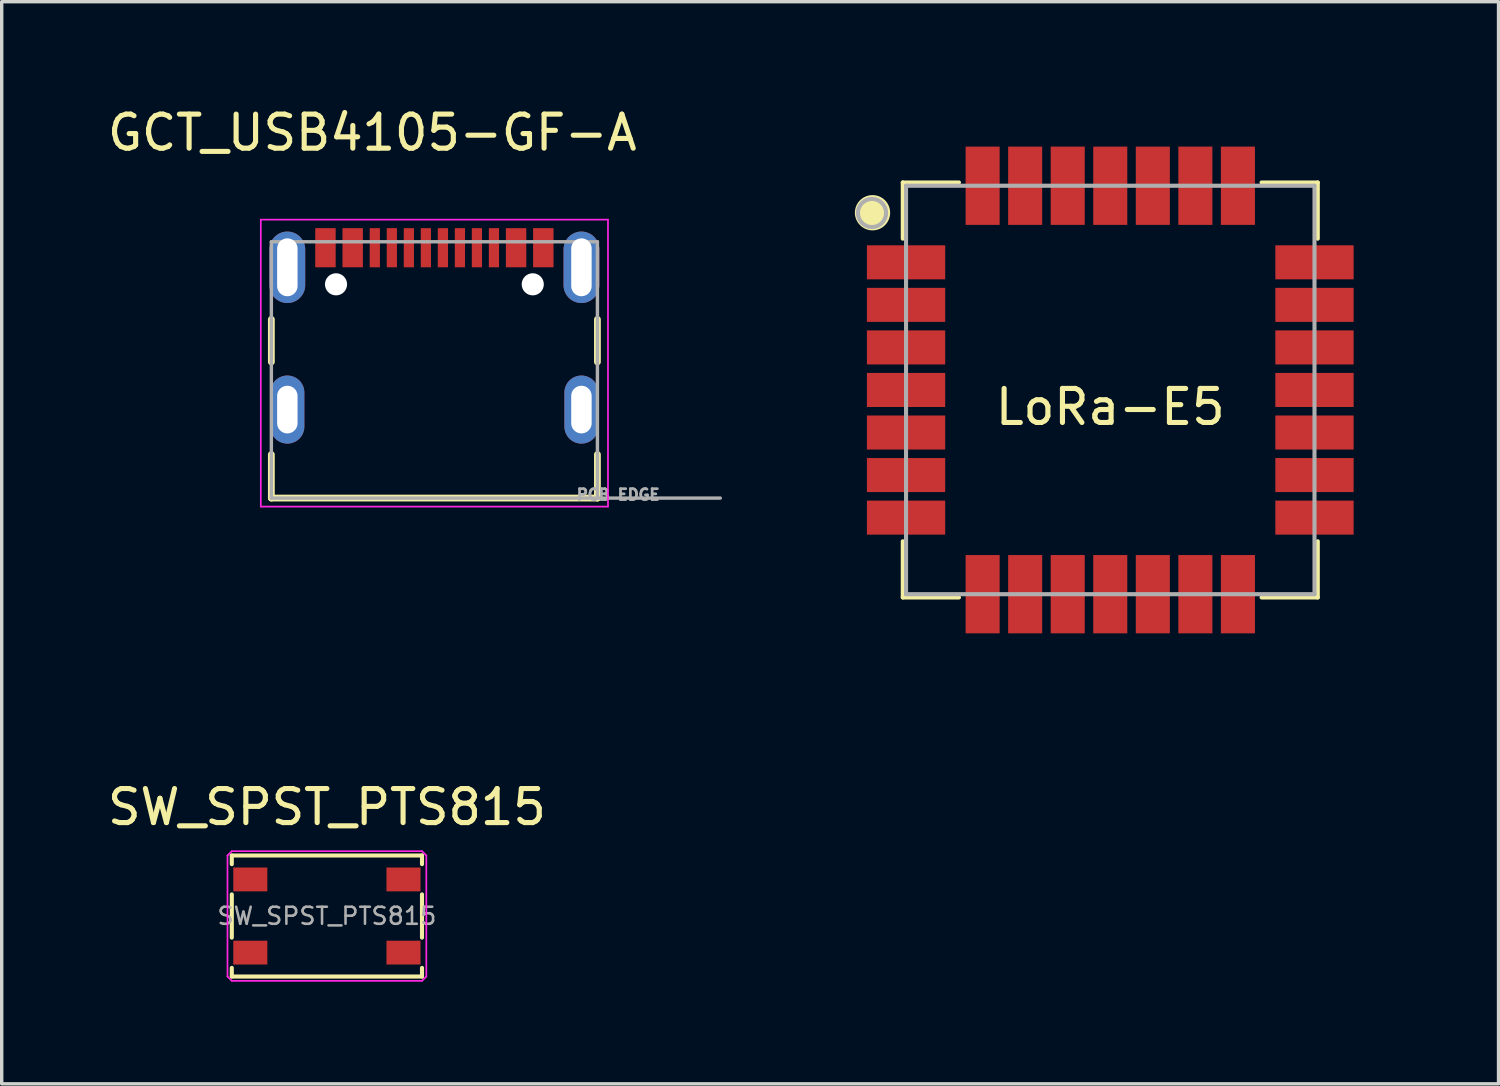
<source format=kicad_pcb>
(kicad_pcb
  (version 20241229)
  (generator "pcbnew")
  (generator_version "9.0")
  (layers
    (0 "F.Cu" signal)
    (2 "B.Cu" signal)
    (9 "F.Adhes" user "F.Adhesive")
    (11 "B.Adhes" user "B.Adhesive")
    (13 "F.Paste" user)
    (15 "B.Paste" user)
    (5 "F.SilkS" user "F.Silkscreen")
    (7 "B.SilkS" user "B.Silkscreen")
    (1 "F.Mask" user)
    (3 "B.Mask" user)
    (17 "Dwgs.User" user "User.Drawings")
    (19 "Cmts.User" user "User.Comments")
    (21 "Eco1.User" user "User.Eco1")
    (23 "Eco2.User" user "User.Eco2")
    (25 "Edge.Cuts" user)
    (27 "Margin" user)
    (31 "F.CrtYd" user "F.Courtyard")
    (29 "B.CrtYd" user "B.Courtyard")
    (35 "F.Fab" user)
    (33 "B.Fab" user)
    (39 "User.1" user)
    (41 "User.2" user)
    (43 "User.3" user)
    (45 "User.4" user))
  (footprint "LoRa-E5"
    (layer "F.Cu")
    (at 29.569 8.407)
    (property "Reference" "LoRa-E5" (at 0 0.5 0) (layer "F.SilkS") (effects (font (size 1 1) (thickness 0.15))))
    (attr through_hole)
    (fp_line (start -6.096 -6.096) (end -4.445 -6.096) (stroke (width 0.12) (type solid)) (layer "F.SilkS"))
    (fp_line (start -6.096 -4.445) (end -6.096 -6.096) (stroke (width 0.12) (type solid)) (layer "F.SilkS"))
    (fp_line (start -6.096 6.096) (end -6.096 4.445) (stroke (width 0.12) (type solid)) (layer "F.SilkS"))
    (fp_line (start -4.445 6.096) (end -6.096 6.096) (stroke (width 0.12) (type solid)) (layer "F.SilkS"))
    (fp_line (start 4.445 -6.096) (end 6.096 -6.096) (stroke (width 0.12) (type solid)) (layer "F.SilkS"))
    (fp_line (start 6.096 -6.096) (end 6.096 -4.445) (stroke (width 0.12) (type solid)) (layer "F.SilkS"))
    (fp_line (start 6.096 4.445) (end 6.096 6.096) (stroke (width 0.12) (type solid)) (layer "F.SilkS"))
    (fp_line (start 6.096 6.096) (end 4.445 6.096) (stroke (width 0.12) (type solid)) (layer "F.SilkS"))
    (fp_circle (center -6.985 -5.207) (end -6.527 -5.207) (stroke (width 0.12) (type solid)) (fill yes) (layer "F.SilkS"))
    (fp_line (start -6 -6) (end 6 -6) (stroke (width 0.12) (type solid)) (layer "F.Fab"))
    (fp_line (start -6 6) (end -6 -6) (stroke (width 0.12) (type solid)) (layer "F.Fab"))
    (fp_line (start 6 -6) (end 6 6) (stroke (width 0.12) (type solid)) (layer "F.Fab"))
    (fp_line (start 6 6) (end -6 6) (stroke (width 0.12) (type solid)) (layer "F.Fab"))
    (fp_circle (center -7 -5.2) (end -6.604 -5.08) (stroke (width 0.12) (type solid)) (fill no) (layer "F.Fab"))
    (fp_rect (start -8.382 -8.382) (end 8.382 8.382) (stroke (width 0.05) (type solid)) (fill no) (layer "User.1"))
    (fp_rect (start -3.81 -3.81) (end 3.81 3.81) (stroke (width 0.05) (type solid)) (fill no) (layer "User.1"))
    (pad "1" smd rect (at -6 -3.75 90) (size 1 2.3) (layers "F.Cu" "F.Mask" "F.Paste"))
    (pad "2" smd rect (at -6 -2.5 90) (size 1 2.3) (layers "F.Cu" "F.Mask" "F.Paste"))
    (pad "3" smd rect (at -6 -1.25 90) (size 1 2.3) (layers "F.Cu" "F.Mask" "F.Paste"))
    (pad "4" smd rect (at -6 0 90) (size 1 2.3) (layers "F.Cu" "F.Mask" "F.Paste"))
    (pad "5" smd rect (at -6 1.25 90) (size 1 2.3) (layers "F.Cu" "F.Mask" "F.Paste"))
    (pad "6" smd rect (at -6 2.5 90) (size 1 2.3) (layers "F.Cu" "F.Mask" "F.Paste"))
    (pad "7" smd rect (at -6 3.75 90) (size 1 2.3) (layers "F.Cu" "F.Mask" "F.Paste"))
    (pad "8" smd rect (at -3.75 6 180) (size 1 2.3) (layers "F.Cu" "F.Mask" "F.Paste"))
    (pad "9" smd rect (at -2.5 6 180) (size 1 2.3) (layers "F.Cu" "F.Mask" "F.Paste"))
    (pad "10" smd rect (at -1.25 6 180) (size 1 2.3) (layers "F.Cu" "F.Mask" "F.Paste"))
    (pad "11" smd rect (at 0 6 180) (size 1 2.3) (layers "F.Cu" "F.Mask" "F.Paste"))
    (pad "12" smd rect (at 1.25 6 180) (size 1 2.3) (layers "F.Cu" "F.Mask" "F.Paste"))
    (pad "13" smd rect (at 2.5 6 180) (size 1 2.3) (layers "F.Cu" "F.Mask" "F.Paste"))
    (pad "14" smd rect (at 3.75 6 180) (size 1 2.3) (layers "F.Cu" "F.Mask" "F.Paste"))
    (pad "15" smd rect (at 6 3.75 270) (size 1 2.3) (layers "F.Cu" "F.Mask" "F.Paste"))
    (pad "16" smd rect (at 6 2.5 270) (size 1 2.3) (layers "F.Cu" "F.Mask" "F.Paste"))
    (pad "17" smd rect (at 6 1.25 270) (size 1 2.3) (layers "F.Cu" "F.Mask" "F.Paste"))
    (pad "18" smd rect (at 6 0 270) (size 1 2.3) (layers "F.Cu" "F.Mask" "F.Paste"))
    (pad "19" smd rect (at 6 -1.25 270) (size 1 2.3) (layers "F.Cu" "F.Mask" "F.Paste"))
    (pad "20" smd rect (at 6 -2.5 270) (size 1 2.3) (layers "F.Cu" "F.Mask" "F.Paste"))
    (pad "21" smd rect (at 6 -3.75 270) (size 1 2.3) (layers "F.Cu" "F.Mask" "F.Paste"))
    (pad "22" smd rect (at 3.75 -6) (size 1 2.3) (layers "F.Cu" "F.Mask" "F.Paste"))
    (pad "23" smd rect (at 2.5 -6) (size 1 2.3) (layers "F.Cu" "F.Mask" "F.Paste"))
    (pad "24" smd rect (at 1.25 -6) (size 1 2.3) (layers "F.Cu" "F.Mask" "F.Paste"))
    (pad "25" smd rect (at 0 -6) (size 1 2.3) (layers "F.Cu" "F.Mask" "F.Paste"))
    (pad "26" smd rect (at -1.25 -6) (size 1 2.3) (layers "F.Cu" "F.Mask" "F.Paste"))
    (pad "27" smd rect (at -2.5 -6) (size 1 2.3) (layers "F.Cu" "F.Mask" "F.Paste"))
    (pad "28" smd rect (at -3.75 -6) (size 1 2.3) (layers "F.Cu" "F.Mask" "F.Paste")))
  (footprint "GCT_USB4105-GF-A"
    (layer "F.Cu")
    (at 9.712 8.983)
    (property "Reference" "GCT_USB4105-GF-A" (at -1.825 -8.135 0) (layer "F.SilkS") (effects (font (size 1 1) (thickness 0.15))))
    (attr through_hole)
    (fp_line (start -4.79 -2.65) (end -4.79 -1.4) (stroke (width 0.2) (type solid)) (layer "F.SilkS"))
    (fp_line (start -4.79 1.32) (end -4.79 2.6) (stroke (width 0.2) (type solid)) (layer "F.SilkS"))
    (fp_line (start -4.79 2.6) (end 4.79 2.6) (stroke (width 0.2) (type solid)) (layer "F.SilkS"))
    (fp_line (start 4.79 -2.65) (end 4.79 -1.4) (stroke (width 0.2) (type solid)) (layer "F.SilkS"))
    (fp_line (start 4.79 2.6) (end 4.79 1.32) (stroke (width 0.2) (type solid)) (layer "F.SilkS"))
    (fp_line (start -5.1 -5.58) (end -5.1 2.85) (stroke (width 0.05) (type solid)) (layer "F.CrtYd"))
    (fp_line (start -5.1 2.85) (end 5.1 2.85) (stroke (width 0.05) (type solid)) (layer "F.CrtYd"))
    (fp_line (start 5.1 -5.58) (end -5.1 -5.58) (stroke (width 0.05) (type solid)) (layer "F.CrtYd"))
    (fp_line (start 5.1 2.85) (end 5.1 -5.58) (stroke (width 0.05) (type solid)) (layer "F.CrtYd"))
    (fp_line (start -4.79 -4.93) (end 4.79 -4.93) (stroke (width 0.1) (type solid)) (layer "F.Fab"))
    (fp_line (start -4.79 2.6) (end -4.79 -4.93) (stroke (width 0.1) (type solid)) (layer "F.Fab"))
    (fp_line (start 4.79 -4.93) (end 4.79 2.6) (stroke (width 0.1) (type solid)) (layer "F.Fab"))
    (fp_line (start 4.79 2.6) (end -4.79 2.6) (stroke (width 0.1) (type solid)) (layer "F.Fab"))
    (fp_line (start 4.8 2.6) (end 8.4 2.6) (stroke (width 0.1) (type solid)) (layer "F.Fab"))
    (fp_text user "PCB EDGE" (at 5.4 2.5 0) (layer "F.Fab") (effects (font (size 0.32 0.32) (thickness 0.15))))
    (pad "" np_thru_hole circle (at -2.89 -3.68) (size 0.65 0.65) (drill 0.65) (layers "*.Cu" "*.Mask"))
    (pad "" np_thru_hole circle (at 2.89 -3.68) (size 0.65 0.65) (drill 0.65) (layers "*.Cu" "*.Mask"))
    (pad "A1_B12" smd rect (at -3.2 -4.755) (size 0.6 1.15) (layers "F.Cu" "F.Mask" "F.Paste"))
    (pad "A4_B9" smd rect (at -2.4 -4.755) (size 0.6 1.15) (layers "F.Cu" "F.Mask" "F.Paste"))
    (pad "A5" smd rect (at -1.25 -4.755) (size 0.3 1.15) (layers "F.Cu" "F.Mask" "F.Paste"))
    (pad "A6" smd rect (at -0.25 -4.755) (size 0.3 1.15) (layers "F.Cu" "F.Mask" "F.Paste"))
    (pad "A7" smd rect (at 0.25 -4.755) (size 0.3 1.15) (layers "F.Cu" "F.Mask" "F.Paste"))
    (pad "A8" smd rect (at 1.25 -4.755) (size 0.3 1.15) (layers "F.Cu" "F.Mask" "F.Paste"))
    (pad "B1_A12" smd rect (at 3.2 -4.755) (size 0.6 1.15) (layers "F.Cu" "F.Mask" "F.Paste"))
    (pad "B4_A9" smd rect (at 2.4 -4.755) (size 0.6 1.15) (layers "F.Cu" "F.Mask" "F.Paste"))
    (pad "B5" smd rect (at 1.75 -4.755) (size 0.3 1.15) (layers "F.Cu" "F.Mask" "F.Paste"))
    (pad "B6" smd rect (at 0.75 -4.755) (size 0.3 1.15) (layers "F.Cu" "F.Mask" "F.Paste"))
    (pad "B7" smd rect (at -0.75 -4.755) (size 0.3 1.15) (layers "F.Cu" "F.Mask" "F.Paste"))
    (pad "B8" smd rect (at -1.75 -4.755) (size 0.3 1.15) (layers "F.Cu" "F.Mask" "F.Paste"))
    (pad "S1" thru_hole oval (at -4.32 -4.18) (size 1.05 2.1) (drill oval 0.6 1.7) (layers "*.Cu" "*.Mask"))
    (pad "S1" thru_hole oval (at -4.32 0) (size 1 2) (drill oval 0.6 1.4) (layers "*.Cu" "*.Mask"))
    (pad "S1" thru_hole oval (at 4.32 -4.18) (size 1.05 2.1) (drill oval 0.6 1.7) (layers "*.Cu" "*.Mask"))
    (pad "S1" thru_hole oval (at 4.32 0) (size 1 2) (drill oval 0.6 1.4) (layers "*.Cu" "*.Mask")))
  (footprint "SW_SPST_PTS815"
    (layer "F.Cu")
    (at 6.554 23.862)
    (property "Reference" "SW_SPST_PTS815" (at 0 -3.2 0) (layer "F.SilkS") (effects (font (size 1 1) (thickness 0.15))))
    (attr smd)
    (fp_line (start -2.794 -1.778) (end -2.794 -1.524) (stroke (width 0.12) (type solid)) (layer "F.SilkS"))
    (fp_line (start -2.794 0.635) (end -2.794 -0.635) (stroke (width 0.12) (type solid)) (layer "F.SilkS"))
    (fp_line (start -2.794 1.778) (end -2.794 1.524) (stroke (width 0.12) (type solid)) (layer "F.SilkS"))
    (fp_line (start 2.794 -1.778) (end -2.794 -1.778) (stroke (width 0.12) (type solid)) (layer "F.SilkS"))
    (fp_line (start 2.794 -1.524) (end 2.794 -1.778) (stroke (width 0.12) (type solid)) (layer "F.SilkS"))
    (fp_line (start 2.794 -0.635) (end 2.794 0.635) (stroke (width 0.12) (type solid)) (layer "F.SilkS"))
    (fp_line (start 2.794 1.524) (end 2.794 1.778) (stroke (width 0.12) (type solid)) (layer "F.SilkS"))
    (fp_line (start 2.794 1.778) (end -2.794 1.778) (stroke (width 0.12) (type solid)) (layer "F.SilkS"))
    (fp_line (start -2.921 -1.778) (end -2.794 -1.905) (stroke (width 0.05) (type solid)) (layer "F.CrtYd"))
    (fp_line (start -2.921 1.778) (end -2.921 -1.778) (stroke (width 0.05) (type solid)) (layer "F.CrtYd"))
    (fp_line (start -2.921 1.778) (end -2.794 1.905) (stroke (width 0.05) (type solid)) (layer "F.CrtYd"))
    (fp_line (start -2.794 -1.905) (end 2.794 -1.905) (stroke (width 0.05) (type solid)) (layer "F.CrtYd"))
    (fp_line (start 2.794 -1.905) (end 2.921 -1.778) (stroke (width 0.05) (type solid)) (layer "F.CrtYd"))
    (fp_line (start 2.794 1.905) (end -2.794 1.905) (stroke (width 0.05) (type solid)) (layer "F.CrtYd"))
    (fp_line (start 2.794 1.905) (end 2.921 1.778) (stroke (width 0.05) (type solid)) (layer "F.CrtYd"))
    (fp_line (start 2.921 -1.778) (end 2.921 1.778) (stroke (width 0.05) (type solid)) (layer "F.CrtYd"))
    (fp_text user "${REFERENCE}" (at 0 0 0) (layer "F.Fab") (effects (font (size 0.5 0.5) (thickness 0.075))))
    (pad "1" smd rect (at -2.25 -1.075) (size 1 0.7) (layers "F.Cu" "F.Mask" "F.Paste"))
    (pad "1" smd rect (at 2.25 -1.075) (size 1 0.7) (layers "F.Cu" "F.Mask" "F.Paste"))
    (pad "2" smd rect (at -2.25 1.075) (size 1 0.7) (layers "F.Cu" "F.Mask" "F.Paste"))
    (pad "2" smd rect (at 2.25 1.075) (size 1 0.7) (layers "F.Cu" "F.Mask" "F.Paste")))
  (gr_rect
    (start -3 -3)
    (end 40.976 28.792)
    (stroke (width 0.1) (type default))
    (fill no)
    (layer "Edge.Cuts")))
</source>
